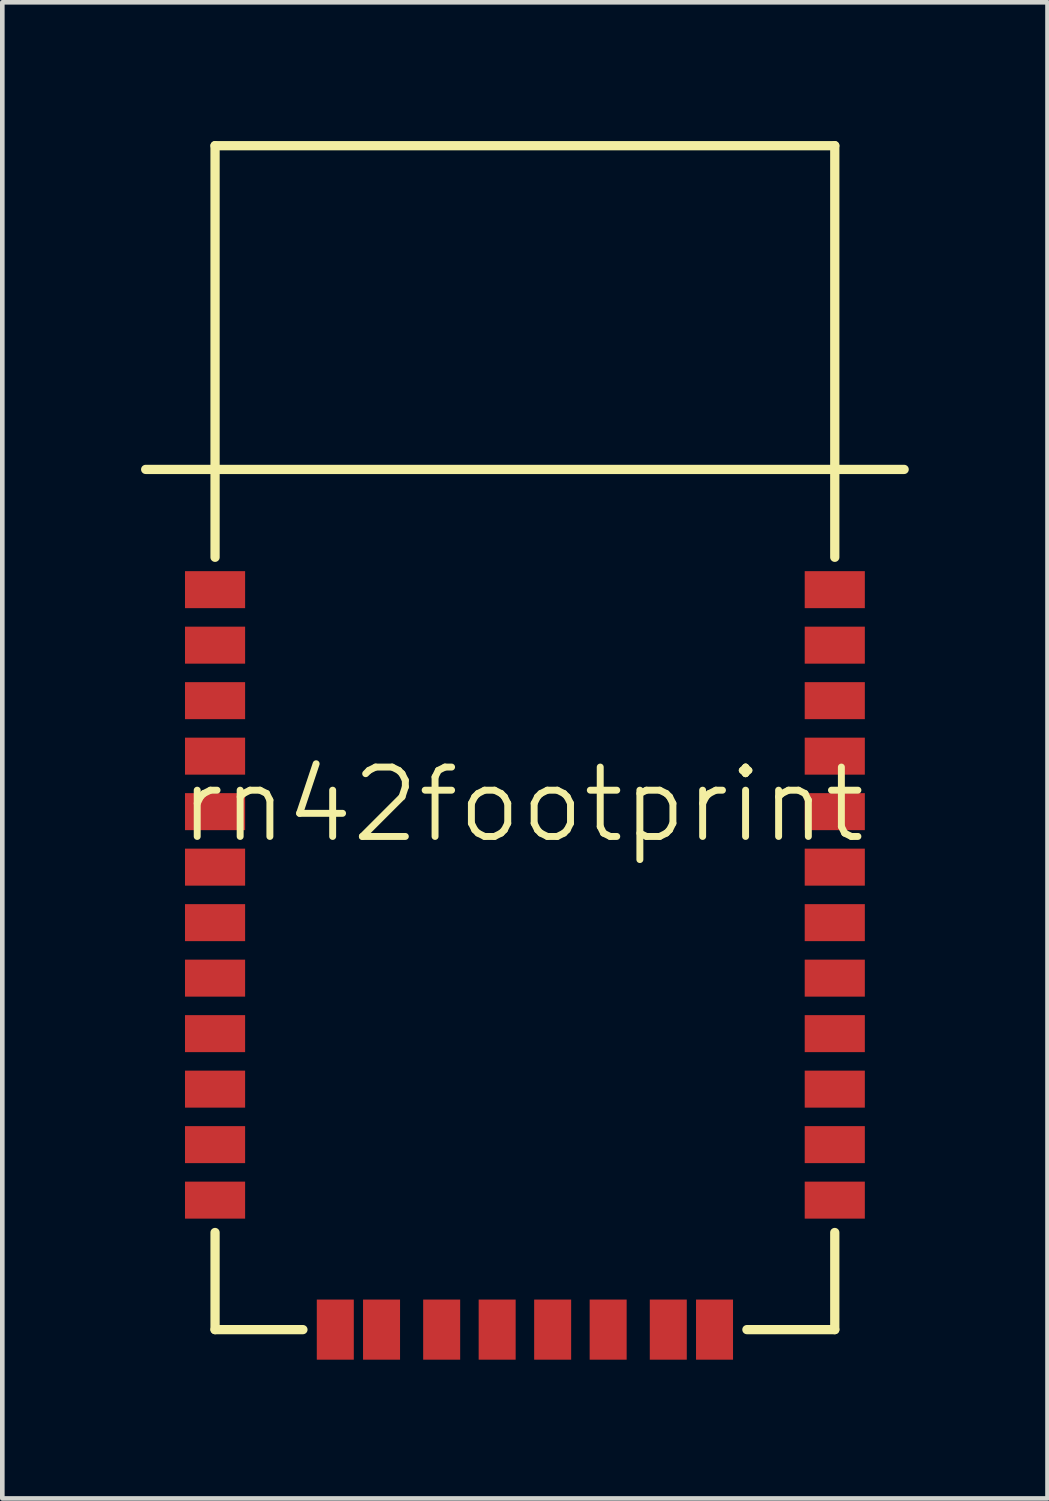
<source format=kicad_pcb>
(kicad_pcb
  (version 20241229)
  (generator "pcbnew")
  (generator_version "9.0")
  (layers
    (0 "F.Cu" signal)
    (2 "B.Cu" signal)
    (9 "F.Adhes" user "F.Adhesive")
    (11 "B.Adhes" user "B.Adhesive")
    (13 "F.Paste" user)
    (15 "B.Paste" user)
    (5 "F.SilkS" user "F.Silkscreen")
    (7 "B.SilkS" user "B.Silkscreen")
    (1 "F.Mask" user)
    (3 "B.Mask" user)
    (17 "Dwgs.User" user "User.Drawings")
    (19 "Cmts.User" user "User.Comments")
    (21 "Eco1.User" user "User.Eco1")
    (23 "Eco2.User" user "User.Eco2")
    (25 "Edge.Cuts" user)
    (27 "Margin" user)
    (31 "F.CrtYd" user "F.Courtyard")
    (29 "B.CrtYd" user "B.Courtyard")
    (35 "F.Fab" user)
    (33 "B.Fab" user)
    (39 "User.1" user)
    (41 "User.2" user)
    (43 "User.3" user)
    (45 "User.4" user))
  (footprint "rn42footprint"
    (layer "F.Cu")
    (at 1.6 25.7)
    (property "Reference" "rn42footprint" (at 6.65 -11.35 0) (layer "F.SilkS") (effects (font (size 1.5 1.5) (thickness 0.15))))
    (attr through_hole)
    (fp_line (start -1.5 -18.6) (end 14.9 -18.6) (stroke (width 0.2) (type solid)) (layer "F.SilkS"))
    (fp_line (start 0 -25.6) (end 13.4 -25.6) (stroke (width 0.2) (type solid)) (layer "F.SilkS"))
    (fp_line (start 0 -16.7) (end 0 -25.6) (stroke (width 0.2) (type solid)) (layer "F.SilkS"))
    (fp_line (start 0 0) (end 0 -2.1) (stroke (width 0.2) (type solid)) (layer "F.SilkS"))
    (fp_line (start 0 0) (end 1.9 0) (stroke (width 0.2) (type solid)) (layer "F.SilkS"))
    (fp_line (start 13.4 -25.6) (end 13.4 -16.7) (stroke (width 0.2) (type solid)) (layer "F.SilkS"))
    (fp_line (start 13.4 0) (end 11.5 0) (stroke (width 0.2) (type solid)) (layer "F.SilkS"))
    (fp_line (start 13.4 0) (end 13.4 -2.1) (stroke (width 0.2) (type solid)) (layer "F.SilkS"))
    (pad "1" smd rect (at 0 -16) (size 1.3 0.8) (layers "F.Cu" "F.Mask" "F.Paste"))
    (pad "2" smd rect (at 0 -14.8) (size 1.3 0.8) (layers "F.Cu" "F.Mask" "F.Paste"))
    (pad "3" smd rect (at 0 -13.6) (size 1.3 0.8) (layers "F.Cu" "F.Mask" "F.Paste"))
    (pad "4" smd rect (at 0 -12.4) (size 1.3 0.8) (layers "F.Cu" "F.Mask" "F.Paste"))
    (pad "5" smd rect (at 0 -11.2) (size 1.3 0.8) (layers "F.Cu" "F.Mask" "F.Paste"))
    (pad "6" smd rect (at 0 -10) (size 1.3 0.8) (layers "F.Cu" "F.Mask" "F.Paste"))
    (pad "7" smd rect (at 0 -8.8) (size 1.3 0.8) (layers "F.Cu" "F.Mask" "F.Paste"))
    (pad "8" smd rect (at 0 -7.6) (size 1.3 0.8) (layers "F.Cu" "F.Mask" "F.Paste"))
    (pad "9" smd rect (at 0 -6.4) (size 1.3 0.8) (layers "F.Cu" "F.Mask" "F.Paste"))
    (pad "10" smd rect (at 0 -5.2) (size 1.3 0.8) (layers "F.Cu" "F.Mask" "F.Paste"))
    (pad "11" smd rect (at 0 -4) (size 1.3 0.8) (layers "F.Cu" "F.Mask" "F.Paste"))
    (pad "12" smd rect (at 0 -2.8) (size 1.3 0.8) (layers "F.Cu" "F.Mask" "F.Paste"))
    (pad "13" smd rect (at 13.4 -2.8) (size 1.3 0.8) (layers "F.Cu" "F.Mask" "F.Paste"))
    (pad "14" smd rect (at 13.4 -4) (size 1.3 0.8) (layers "F.Cu" "F.Mask" "F.Paste"))
    (pad "15" smd rect (at 13.4 -5.2) (size 1.3 0.8) (layers "F.Cu" "F.Mask" "F.Paste"))
    (pad "16" smd rect (at 13.4 -6.4) (size 1.3 0.8) (layers "F.Cu" "F.Mask" "F.Paste"))
    (pad "17" smd rect (at 13.4 -7.6) (size 1.3 0.8) (layers "F.Cu" "F.Mask" "F.Paste"))
    (pad "18" smd rect (at 13.4 -8.8) (size 1.3 0.8) (layers "F.Cu" "F.Mask" "F.Paste"))
    (pad "19" smd rect (at 13.4 -10) (size 1.3 0.8) (layers "F.Cu" "F.Mask" "F.Paste"))
    (pad "20" smd rect (at 13.4 -11.2) (size 1.3 0.8) (layers "F.Cu" "F.Mask" "F.Paste"))
    (pad "21" smd rect (at 13.4 -12.4) (size 1.3 0.8) (layers "F.Cu" "F.Mask" "F.Paste"))
    (pad "22" smd rect (at 13.4 -13.6) (size 1.3 0.8) (layers "F.Cu" "F.Mask" "F.Paste"))
    (pad "23" smd rect (at 13.4 -14.8) (size 1.3 0.8) (layers "F.Cu" "F.Mask" "F.Paste"))
    (pad "24" smd rect (at 13.4 -16) (size 1.3 0.8) (layers "F.Cu" "F.Mask" "F.Paste"))
    (pad "28" smd rect (at 9.8 0) (size 0.8 1.3) (layers "F.Cu" "F.Mask" "F.Paste"))
    (pad "29" smd rect (at 3.6 0) (size 0.8 1.3) (layers "F.Cu" "F.Mask" "F.Paste"))
    (pad "30" smd rect (at 10.8 0) (size 0.8 1.3) (layers "F.Cu" "F.Mask" "F.Paste"))
    (pad "31" smd rect (at 8.5 0) (size 0.8 1.3) (layers "F.Cu" "F.Mask" "F.Paste"))
    (pad "32" smd rect (at 7.3 0) (size 0.8 1.3) (layers "F.Cu" "F.Mask" "F.Paste"))
    (pad "33" smd rect (at 6.1 0) (size 0.8 1.3) (layers "F.Cu" "F.Mask" "F.Paste"))
    (pad "34" smd rect (at 4.9 0) (size 0.8 1.3) (layers "F.Cu" "F.Mask" "F.Paste"))
    (pad "35" smd rect (at 2.6 0) (size 0.8 1.3) (layers "F.Cu" "F.Mask" "F.Paste")))
  (gr_rect
    (start -3 -3)
    (end 19.6 29.35)
    (stroke (width 0.1) (type default))
    (fill no)
    (layer "Edge.Cuts")))
</source>
